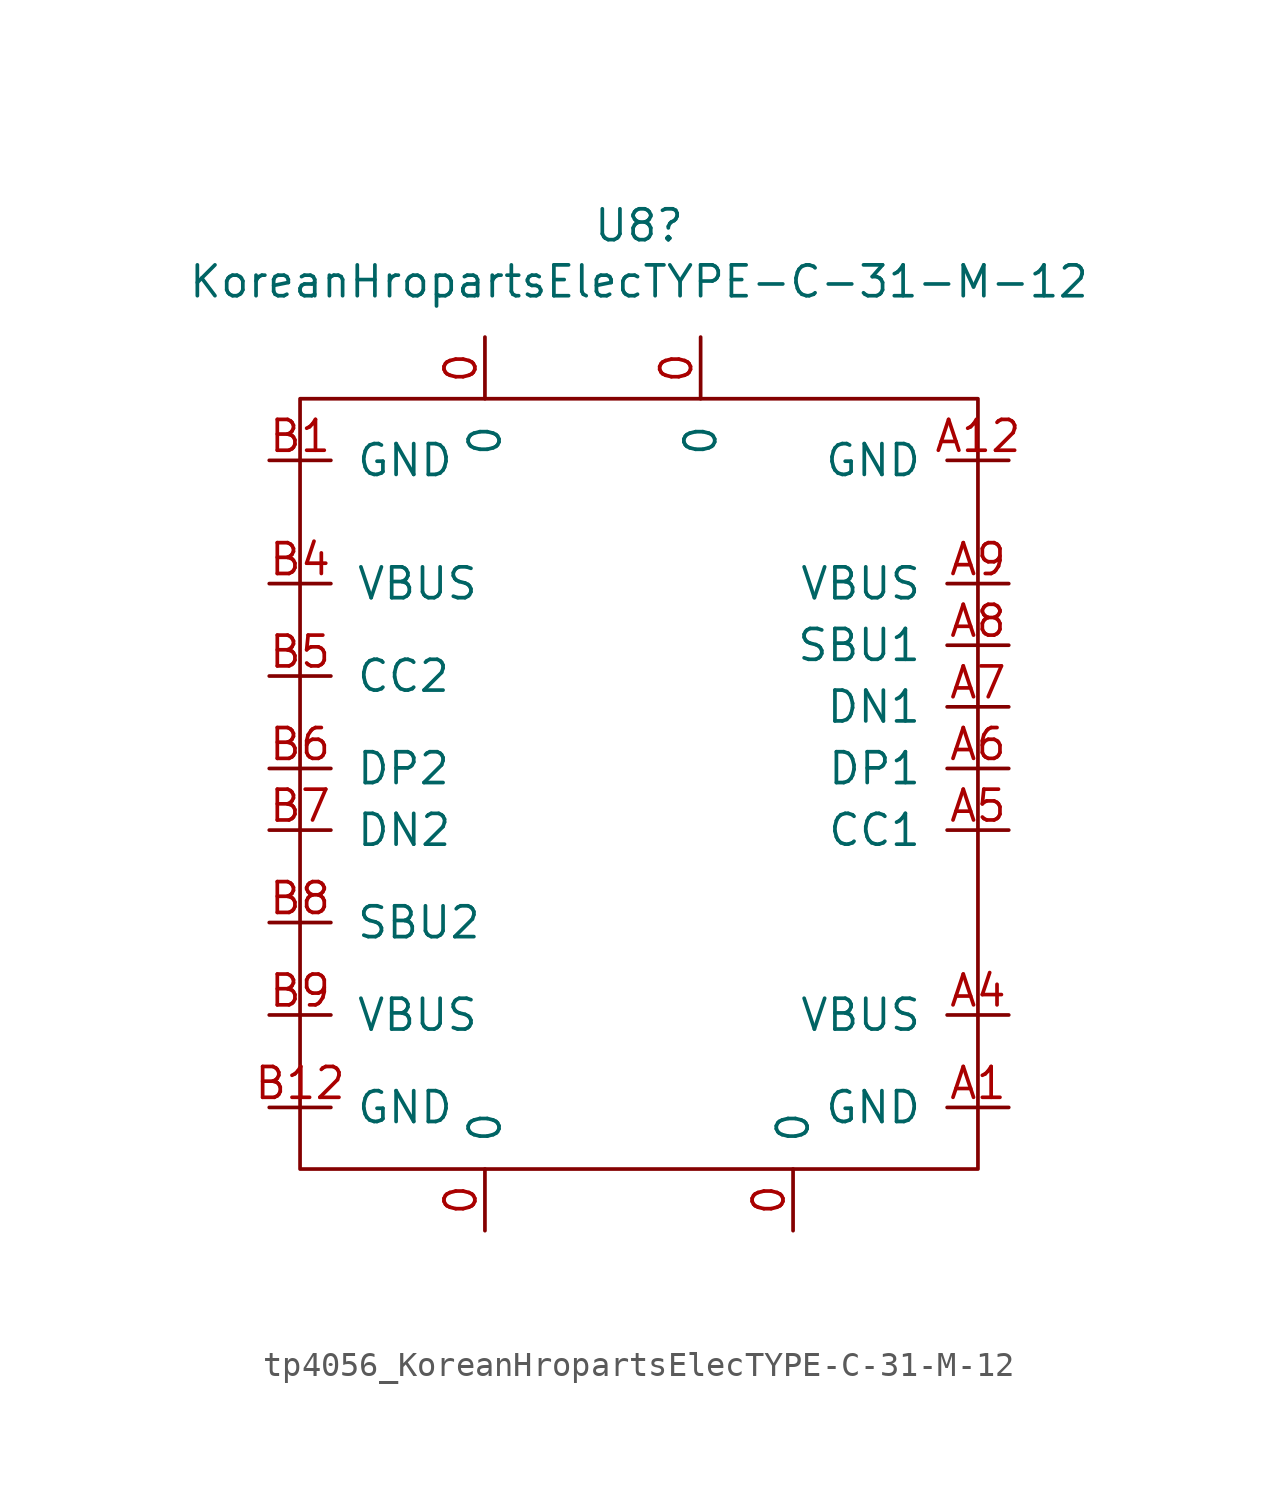
<source format=kicad_sym>
(kicad_symbol_lib
  (version 20211014)
  (generator kicad_symbol_editor)
  (symbol "tp4056_KoreanHropartsElecTYPE-C-31-M-12"
    (pin_names
      (offset 1.016))
    (property "Reference" "U8"
      (at 7.62 5.867 0)
      (effects (font (size 1.27 1.27))))
    (property "Value" "KoreanHropartsElecTYPE-C-31-M-12"
      (at 7.62 3.556 0)
      (effects (font (size 1.27 1.27))))
    (symbol "tp4056_KoreanHropartsElecTYPE-C-31-M-12_0_1"
      (rectangle (start -6.35 -1.27) (end 21.59 -33.02) (stroke (width 0) (type default) (color 0 0 0 0)) (fill (type none))))
    (symbol "tp4056_KoreanHropartsElecTYPE-C-31-M-12_1_1"
      (pin unspecified line (at 1.27 -35.56 90) (length 2.54) (name "0" (effects (font (size 1.27 1.27)))) (number "0" (effects (font (size 1.27 1.27)))))
      (pin unspecified line (at 1.27 1.27 270) (length 2.54) (name "0" (effects (font (size 1.27 1.27)))) (number "0" (effects (font (size 1.27 1.27)))))
      (pin unspecified line (at 10.16 1.27 270) (length 2.54) (name "0" (effects (font (size 1.27 1.27)))) (number "0" (effects (font (size 1.27 1.27)))))
      (pin unspecified line (at 13.97 -35.56 90) (length 2.54) (name "0" (effects (font (size 1.27 1.27)))) (number "0" (effects (font (size 1.27 1.27)))))
      (pin power_out line (at 22.86 -30.48 180) (length 2.54) (name "GND" (effects (font (size 1.27 1.27)))) (number "A1" (effects (font (size 1.27 1.27)))))
      (pin power_out line (at 22.86 -3.81 180) (length 2.54) (name "GND" (effects (font (size 1.27 1.27)))) (number "A12" (effects (font (size 1.27 1.27)))))
      (pin power_in line (at 22.86 -26.67 180) (length 2.54) (name "VBUS" (effects (font (size 1.27 1.27)))) (number "A4" (effects (font (size 1.27 1.27)))))
      (pin bidirectional line (at 22.86 -19.05 180) (length 2.54) (name "CC1" (effects (font (size 1.27 1.27)))) (number "A5" (effects (font (size 1.27 1.27)))))
      (pin bidirectional line (at 22.86 -16.51 180) (length 2.54) (name "DP1" (effects (font (size 1.27 1.27)))) (number "A6" (effects (font (size 1.27 1.27)))))
      (pin bidirectional line (at 22.86 -13.97 180) (length 2.54) (name "DN1" (effects (font (size 1.27 1.27)))) (number "A7" (effects (font (size 1.27 1.27)))))
      (pin bidirectional line (at 22.86 -11.43 180) (length 2.54) (name "SBU1" (effects (font (size 1.27 1.27)))) (number "A8" (effects (font (size 1.27 1.27)))))
      (pin power_in line (at 22.86 -8.89 180) (length 2.54) (name "VBUS" (effects (font (size 1.27 1.27)))) (number "A9" (effects (font (size 1.27 1.27)))))
      (pin power_out line (at -7.62 -3.81 0) (length 2.54) (name "GND" (effects (font (size 1.27 1.27)))) (number "B1" (effects (font (size 1.27 1.27)))))
      (pin power_in line (at -7.62 -30.48 0) (length 2.54) (name "GND" (effects (font (size 1.27 1.27)))) (number "B12" (effects (font (size 1.27 1.27)))))
      (pin power_in line (at -7.62 -8.89 0) (length 2.54) (name "VBUS" (effects (font (size 1.27 1.27)))) (number "B4" (effects (font (size 1.27 1.27)))))
      (pin bidirectional line (at -7.62 -12.7 0) (length 2.54) (name "CC2" (effects (font (size 1.27 1.27)))) (number "B5" (effects (font (size 1.27 1.27)))))
      (pin bidirectional line (at -7.62 -16.51 0) (length 2.54) (name "DP2" (effects (font (size 1.27 1.27)))) (number "B6" (effects (font (size 1.27 1.27)))))
      (pin bidirectional line (at -7.62 -19.05 0) (length 2.54) (name "DN2" (effects (font (size 1.27 1.27)))) (number "B7" (effects (font (size 1.27 1.27)))))
      (pin bidirectional line (at -7.62 -22.86 0) (length 2.54) (name "SBU2" (effects (font (size 1.27 1.27)))) (number "B8" (effects (font (size 1.27 1.27)))))
      (pin power_in line (at -7.62 -26.67 0) (length 2.54) (name "VBUS" (effects (font (size 1.27 1.27)))) (number "B9" (effects (font (size 1.27 1.27))))))))
</source>
